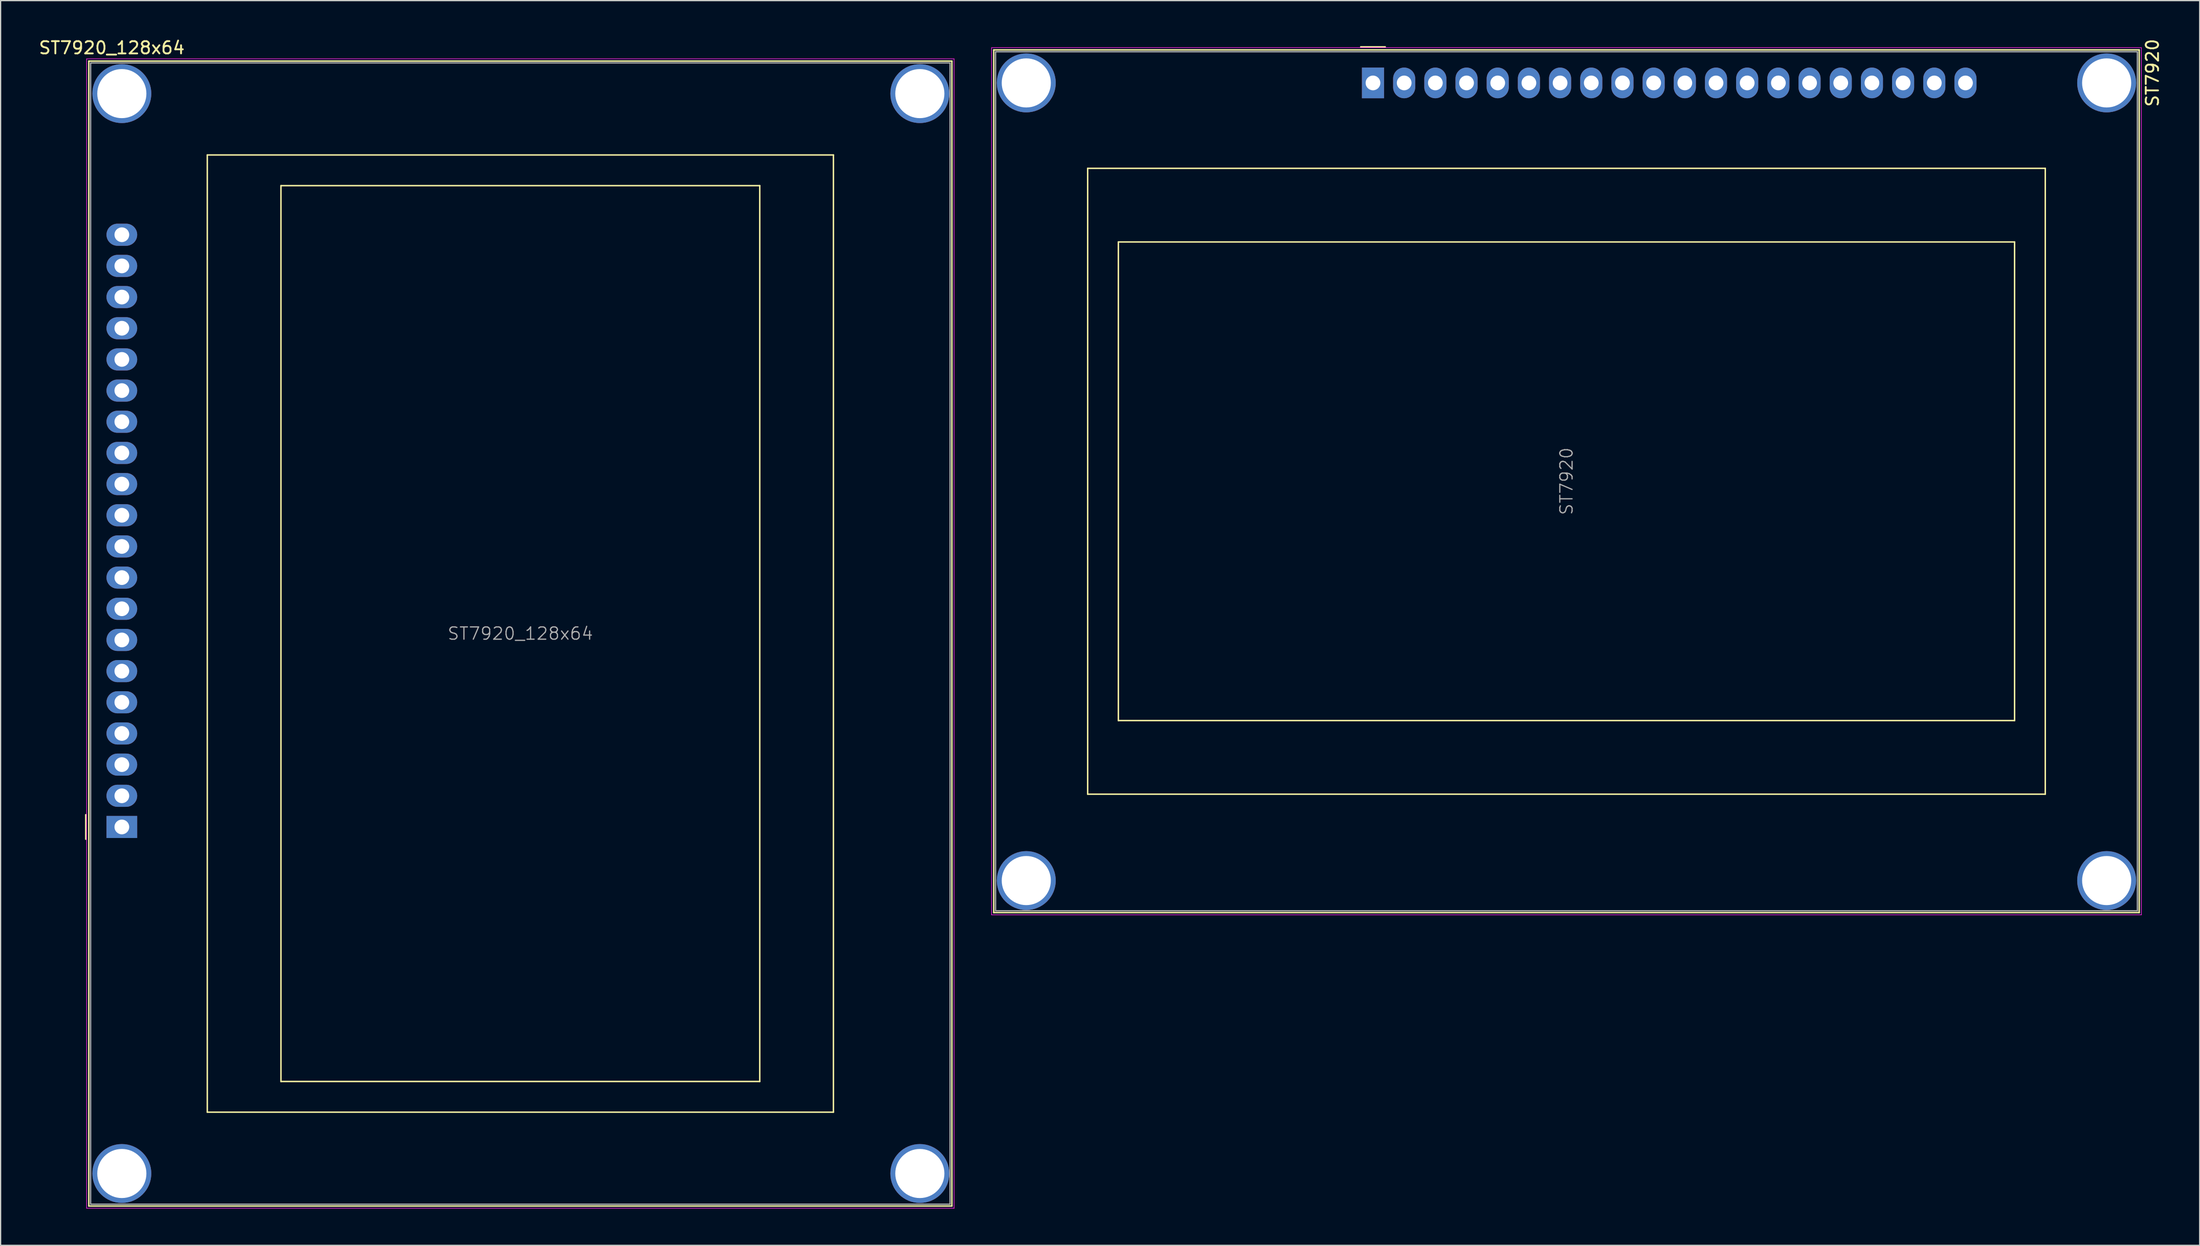
<source format=kicad_pcb>
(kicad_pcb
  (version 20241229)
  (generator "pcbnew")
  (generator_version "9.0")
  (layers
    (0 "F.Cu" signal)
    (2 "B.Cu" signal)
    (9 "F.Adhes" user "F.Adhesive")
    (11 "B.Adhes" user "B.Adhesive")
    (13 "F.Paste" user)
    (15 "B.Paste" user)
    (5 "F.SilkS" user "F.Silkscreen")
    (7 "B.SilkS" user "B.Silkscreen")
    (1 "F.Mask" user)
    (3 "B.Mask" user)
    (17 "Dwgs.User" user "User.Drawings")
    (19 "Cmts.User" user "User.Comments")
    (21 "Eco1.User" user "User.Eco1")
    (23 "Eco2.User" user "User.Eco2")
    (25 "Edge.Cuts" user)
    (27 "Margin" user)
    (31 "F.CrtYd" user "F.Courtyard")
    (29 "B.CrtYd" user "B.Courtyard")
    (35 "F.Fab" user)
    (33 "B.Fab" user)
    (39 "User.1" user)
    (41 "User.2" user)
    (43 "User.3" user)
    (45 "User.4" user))
  (footprint "ST7920"
    (layer "F.Cu")
    (at 108.784 3.707)
    (property "Reference" "ST7920" (at 63.49 -0.82 270) (layer "F.SilkS") (effects (font (size 1 1) (thickness 0.15))))
    (attr through_hole)
    (fp_line (start -30.89 -2.69) (end -30.89 67.61) (stroke (width 0.12) (type solid)) (layer "F.SilkS"))
    (fp_line (start -23.24 6.96) (end -23.24 57.96) (stroke (width 0.12) (type solid)) (layer "F.SilkS"))
    (fp_line (start -23.24 6.96) (end 54.76 6.96) (stroke (width 0.12) (type solid)) (layer "F.SilkS"))
    (fp_line (start -20.74 12.96) (end -20.74 51.96) (stroke (width 0.12) (type solid)) (layer "F.SilkS"))
    (fp_line (start -20.74 12.96) (end 52.26 12.96) (stroke (width 0.12) (type solid)) (layer "F.SilkS"))
    (fp_line (start 1 -2.94) (end -1 -2.94) (stroke (width 0.12) (type solid)) (layer "F.SilkS"))
    (fp_line (start 52.26 12.96) (end 52.26 51.96) (stroke (width 0.12) (type solid)) (layer "F.SilkS"))
    (fp_line (start 52.26 51.96) (end -20.74 51.96) (stroke (width 0.12) (type solid)) (layer "F.SilkS"))
    (fp_line (start 54.76 6.96) (end 54.76 57.96) (stroke (width 0.12) (type solid)) (layer "F.SilkS"))
    (fp_line (start 54.76 57.96) (end -23.24 57.96) (stroke (width 0.12) (type solid)) (layer "F.SilkS"))
    (fp_line (start 62.41 -2.69) (end -30.89 -2.69) (stroke (width 0.12) (type solid)) (layer "F.SilkS"))
    (fp_line (start 62.41 67.61) (end -30.89 67.61) (stroke (width 0.12) (type solid)) (layer "F.SilkS"))
    (fp_line (start 62.41 67.61) (end 62.41 -2.69) (stroke (width 0.12) (type solid)) (layer "F.SilkS"))
    (fp_line (start -31.07 -2.87) (end -31.07 67.79) (stroke (width 0.05) (type solid)) (layer "F.CrtYd"))
    (fp_line (start -31.07 67.79) (end 62.59 67.79) (stroke (width 0.05) (type solid)) (layer "F.CrtYd"))
    (fp_line (start 62.59 -2.87) (end -31.07 -2.87) (stroke (width 0.05) (type solid)) (layer "F.CrtYd"))
    (fp_line (start 62.59 -2.87) (end 62.59 67.79) (stroke (width 0.05) (type solid)) (layer "F.CrtYd"))
    (fp_line (start -30.74 -2.54) (end -30.74 67.46) (stroke (width 0.1) (type solid)) (layer "F.Fab"))
    (fp_line (start -30.74 67.46) (end 62.26 67.46) (stroke (width 0.1) (type solid)) (layer "F.Fab"))
    (fp_line (start 62.26 -2.54) (end -30.74 -2.54) (stroke (width 0.1) (type solid)) (layer "F.Fab"))
    (fp_line (start 62.26 -2.54) (end 62.26 67.46) (stroke (width 0.1) (type solid)) (layer "F.Fab"))
    (fp_text user "${REFERENCE}" (at 15.76 32.46 270) (layer "F.Fab") (effects (font (size 1 1) (thickness 0.1))))
    (pad "" thru_hole circle (at -28.24 0 180) (size 4.8 4.8) (drill 4) (layers "*.Cu" "*.Mask"))
    (pad "" thru_hole circle (at -28.24 65 180) (size 4.8 4.8) (drill 4) (layers "*.Cu" "*.Mask"))
    (pad "" thru_hole circle (at 59.76 0 180) (size 4.8 4.8) (drill 4) (layers "*.Cu" "*.Mask"))
    (pad "" thru_hole circle (at 59.76 65 180) (size 4.8 4.8) (drill 4) (layers "*.Cu" "*.Mask"))
    (pad "1" thru_hole rect (at 0 0) (size 1.8 2.5) (drill 1.2) (layers "*.Cu" "*.Mask"))
    (pad "2" thru_hole oval (at 2.54 0) (size 1.8 2.5) (drill 1.2) (layers "*.Cu" "*.Mask"))
    (pad "3" thru_hole oval (at 5.08 0) (size 1.8 2.5) (drill 1.2) (layers "*.Cu" "*.Mask"))
    (pad "4" thru_hole oval (at 7.62 0) (size 1.8 2.5) (drill 1.2) (layers "*.Cu" "*.Mask"))
    (pad "5" thru_hole oval (at 10.16 0) (size 1.8 2.5) (drill 1.2) (layers "*.Cu" "*.Mask"))
    (pad "6" thru_hole oval (at 12.7 0) (size 1.8 2.5) (drill 1.2) (layers "*.Cu" "*.Mask"))
    (pad "7" thru_hole oval (at 15.24 0) (size 1.8 2.5) (drill 1.2) (layers "*.Cu" "*.Mask"))
    (pad "8" thru_hole oval (at 17.78 0) (size 1.8 2.5) (drill 1.2) (layers "*.Cu" "*.Mask"))
    (pad "9" thru_hole oval (at 20.32 0) (size 1.8 2.5) (drill 1.2) (layers "*.Cu" "*.Mask"))
    (pad "10" thru_hole oval (at 22.86 0) (size 1.8 2.5) (drill 1.2) (layers "*.Cu" "*.Mask"))
    (pad "11" thru_hole oval (at 25.4 0) (size 1.8 2.5) (drill 1.2) (layers "*.Cu" "*.Mask"))
    (pad "12" thru_hole oval (at 27.94 0) (size 1.8 2.5) (drill 1.2) (layers "*.Cu" "*.Mask"))
    (pad "13" thru_hole oval (at 30.48 0) (size 1.8 2.5) (drill 1.2) (layers "*.Cu" "*.Mask"))
    (pad "14" thru_hole oval (at 33.02 0) (size 1.8 2.5) (drill 1.2) (layers "*.Cu" "*.Mask"))
    (pad "15" thru_hole oval (at 35.56 0) (size 1.8 2.5) (drill 1.2) (layers "*.Cu" "*.Mask"))
    (pad "16" thru_hole oval (at 38.1 0) (size 1.8 2.5) (drill 1.2) (layers "*.Cu" "*.Mask"))
    (pad "17" thru_hole oval (at 40.64 0) (size 1.8 2.5) (drill 1.2) (layers "*.Cu" "*.Mask"))
    (pad "18" thru_hole oval (at 43.18 0) (size 1.8 2.5) (drill 1.2) (layers "*.Cu" "*.Mask"))
    (pad "19" thru_hole oval (at 45.72 0) (size 1.8 2.5) (drill 1.2) (layers "*.Cu" "*.Mask"))
    (pad "20" thru_hole oval (at 48.26 0) (size 1.8 2.5) (drill 1.2) (layers "*.Cu" "*.Mask")))
  (footprint "ST7920_128x64"
    (layer "F.Cu")
    (at 6.874 64.338)
    (property "Reference" "ST7920_128x64" (at -0.82 -63.49 0) (layer "F.SilkS") (effects (font (size 1 1) (thickness 0.15))))
    (attr through_hole)
    (fp_line (start -2.94 -1) (end -2.94 1) (stroke (width 0.12) (type solid)) (layer "F.SilkS"))
    (fp_line (start -2.69 -62.41) (end -2.69 30.89) (stroke (width 0.12) (type solid)) (layer "F.SilkS"))
    (fp_line (start -2.69 30.89) (end 67.61 30.89) (stroke (width 0.12) (type solid)) (layer "F.SilkS"))
    (fp_line (start 6.96 -54.76) (end 57.96 -54.76) (stroke (width 0.12) (type solid)) (layer "F.SilkS"))
    (fp_line (start 6.96 23.24) (end 6.96 -54.76) (stroke (width 0.12) (type solid)) (layer "F.SilkS"))
    (fp_line (start 6.96 23.24) (end 57.96 23.24) (stroke (width 0.12) (type solid)) (layer "F.SilkS"))
    (fp_line (start 12.96 -52.26) (end 51.96 -52.26) (stroke (width 0.12) (type solid)) (layer "F.SilkS"))
    (fp_line (start 12.96 20.74) (end 12.96 -52.26) (stroke (width 0.12) (type solid)) (layer "F.SilkS"))
    (fp_line (start 12.96 20.74) (end 51.96 20.74) (stroke (width 0.12) (type solid)) (layer "F.SilkS"))
    (fp_line (start 51.96 -52.26) (end 51.96 20.74) (stroke (width 0.12) (type solid)) (layer "F.SilkS"))
    (fp_line (start 57.96 -54.76) (end 57.96 23.24) (stroke (width 0.12) (type solid)) (layer "F.SilkS"))
    (fp_line (start 67.61 -62.41) (end -2.69 -62.41) (stroke (width 0.12) (type solid)) (layer "F.SilkS"))
    (fp_line (start 67.61 -62.41) (end 67.61 30.89) (stroke (width 0.12) (type solid)) (layer "F.SilkS"))
    (fp_line (start -2.87 -62.59) (end -2.87 31.07) (stroke (width 0.05) (type solid)) (layer "F.CrtYd"))
    (fp_line (start -2.87 -62.59) (end 67.79 -62.59) (stroke (width 0.05) (type solid)) (layer "F.CrtYd"))
    (fp_line (start -2.87 31.07) (end 67.79 31.07) (stroke (width 0.05) (type solid)) (layer "F.CrtYd"))
    (fp_line (start 67.79 31.07) (end 67.79 -62.59) (stroke (width 0.05) (type solid)) (layer "F.CrtYd"))
    (fp_line (start -2.54 -62.26) (end -2.54 30.74) (stroke (width 0.1) (type solid)) (layer "F.Fab"))
    (fp_line (start -2.54 -62.26) (end 67.46 -62.26) (stroke (width 0.1) (type solid)) (layer "F.Fab"))
    (fp_line (start -2.54 30.74) (end 67.46 30.74) (stroke (width 0.1) (type solid)) (layer "F.Fab"))
    (fp_line (start 67.46 30.74) (end 67.46 -62.26) (stroke (width 0.1) (type solid)) (layer "F.Fab"))
    (fp_text user "${REFERENCE}" (at 32.46 -15.76 0) (layer "F.Fab") (effects (font (size 1 1) (thickness 0.1))))
    (pad "" thru_hole circle (at 0 -59.76 270) (size 4.8 4.8) (drill 4) (layers "*.Cu" "*.Mask"))
    (pad "" thru_hole circle (at 0 28.24 270) (size 4.8 4.8) (drill 4) (layers "*.Cu" "*.Mask"))
    (pad "" thru_hole circle (at 65 -59.76 270) (size 4.8 4.8) (drill 4) (layers "*.Cu" "*.Mask"))
    (pad "" thru_hole circle (at 65 28.24 270) (size 4.8 4.8) (drill 4) (layers "*.Cu" "*.Mask"))
    (pad "1" thru_hole rect (at 0 0 90) (size 1.8 2.5) (drill 1.2) (layers "*.Cu" "*.Mask"))
    (pad "2" thru_hole oval (at 0 -2.54 90) (size 1.8 2.5) (drill 1.2) (layers "*.Cu" "*.Mask"))
    (pad "3" thru_hole oval (at 0 -5.08 90) (size 1.8 2.5) (drill 1.2) (layers "*.Cu" "*.Mask"))
    (pad "4" thru_hole oval (at 0 -7.62 90) (size 1.8 2.5) (drill 1.2) (layers "*.Cu" "*.Mask"))
    (pad "5" thru_hole oval (at 0 -10.16 90) (size 1.8 2.5) (drill 1.2) (layers "*.Cu" "*.Mask"))
    (pad "6" thru_hole oval (at 0 -12.7 90) (size 1.8 2.5) (drill 1.2) (layers "*.Cu" "*.Mask"))
    (pad "7" thru_hole oval (at 0 -15.24 90) (size 1.8 2.5) (drill 1.2) (layers "*.Cu" "*.Mask"))
    (pad "8" thru_hole oval (at 0 -17.78 90) (size 1.8 2.5) (drill 1.2) (layers "*.Cu" "*.Mask"))
    (pad "9" thru_hole oval (at 0 -20.32 90) (size 1.8 2.5) (drill 1.2) (layers "*.Cu" "*.Mask"))
    (pad "10" thru_hole oval (at 0 -22.86 90) (size 1.8 2.5) (drill 1.2) (layers "*.Cu" "*.Mask"))
    (pad "11" thru_hole oval (at 0 -25.4 90) (size 1.8 2.5) (drill 1.2) (layers "*.Cu" "*.Mask"))
    (pad "12" thru_hole oval (at 0 -27.94 90) (size 1.8 2.5) (drill 1.2) (layers "*.Cu" "*.Mask"))
    (pad "13" thru_hole oval (at 0 -30.48 90) (size 1.8 2.5) (drill 1.2) (layers "*.Cu" "*.Mask"))
    (pad "14" thru_hole oval (at 0 -33.02 90) (size 1.8 2.5) (drill 1.2) (layers "*.Cu" "*.Mask"))
    (pad "15" thru_hole oval (at 0 -35.56 90) (size 1.8 2.5) (drill 1.2) (layers "*.Cu" "*.Mask"))
    (pad "16" thru_hole oval (at 0 -38.1 90) (size 1.8 2.5) (drill 1.2) (layers "*.Cu" "*.Mask"))
    (pad "17" thru_hole oval (at 0 -40.64 90) (size 1.8 2.5) (drill 1.2) (layers "*.Cu" "*.Mask"))
    (pad "18" thru_hole oval (at 0 -43.18 90) (size 1.8 2.5) (drill 1.2) (layers "*.Cu" "*.Mask"))
    (pad "19" thru_hole oval (at 0 -45.72 90) (size 1.8 2.5) (drill 1.2) (layers "*.Cu" "*.Mask"))
    (pad "20" thru_hole oval (at 0 -48.26 90) (size 1.8 2.5) (drill 1.2) (layers "*.Cu" "*.Mask")))
  (gr_rect
    (start -3 -3)
    (end 176.122 98.433)
    (stroke (width 0.1) (type default))
    (fill no)
    (layer "Edge.Cuts")))
</source>
